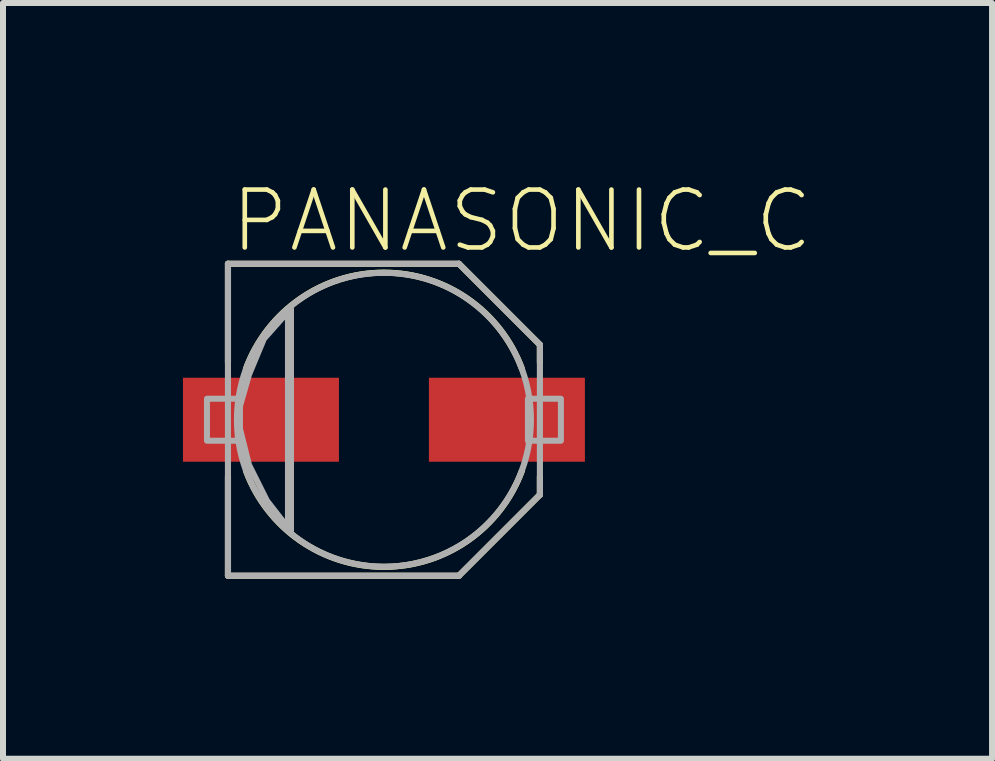
<source format=kicad_pcb>
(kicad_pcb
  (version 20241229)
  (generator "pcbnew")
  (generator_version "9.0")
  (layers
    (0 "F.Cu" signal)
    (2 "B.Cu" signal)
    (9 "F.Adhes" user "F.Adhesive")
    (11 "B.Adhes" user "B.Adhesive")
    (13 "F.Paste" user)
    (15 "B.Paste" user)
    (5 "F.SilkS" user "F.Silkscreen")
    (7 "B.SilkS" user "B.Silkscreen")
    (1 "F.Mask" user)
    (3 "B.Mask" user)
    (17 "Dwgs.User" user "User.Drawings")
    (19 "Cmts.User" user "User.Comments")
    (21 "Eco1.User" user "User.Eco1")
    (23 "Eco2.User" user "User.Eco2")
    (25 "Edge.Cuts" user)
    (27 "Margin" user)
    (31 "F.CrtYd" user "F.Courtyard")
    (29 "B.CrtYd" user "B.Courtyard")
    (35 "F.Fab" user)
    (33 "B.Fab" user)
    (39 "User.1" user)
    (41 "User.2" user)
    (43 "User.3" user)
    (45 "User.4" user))
  (footprint "PANASONIC_C"
    (layer "F.Cu")
    (at 3.35 3.947)
    (property "Reference" "PANASONIC_C" (at -2.6 -2.75 0) (layer "F.SilkS") (effects (font (size 0.965 0.965) (thickness 0.077)) (justify left bottom)))
    (attr through_hole)
    (fp_line (start -2.6 -2.6) (end 1.25 -2.6) (stroke (width 0.102) (type solid)) (layer "F.SilkS"))
    (fp_line (start -2.6 -0.95) (end -2.6 -2.6) (stroke (width 0.102) (type solid)) (layer "F.SilkS"))
    (fp_line (start -2.6 2.6) (end -2.6 0.95) (stroke (width 0.102) (type solid)) (layer "F.SilkS"))
    (fp_line (start 1.25 -2.6) (end 2.6 -1.25) (stroke (width 0.102) (type solid)) (layer "F.SilkS"))
    (fp_line (start 1.25 2.6) (end -2.6 2.6) (stroke (width 0.102) (type solid)) (layer "F.SilkS"))
    (fp_line (start 2.6 -1.25) (end 2.6 -0.95) (stroke (width 0.102) (type solid)) (layer "F.SilkS"))
    (fp_line (start 2.6 0.95) (end 2.6 1.25) (stroke (width 0.102) (type solid)) (layer "F.SilkS"))
    (fp_line (start 2.6 1.25) (end 1.25 2.6) (stroke (width 0.102) (type solid)) (layer "F.SilkS"))
    (fp_arc (start -2.3 -0.85) (mid 0 -2.45204) (end 2.3 -0.85) (stroke (width 0.1016) (type solid)) (layer "F.SilkS"))
    (fp_arc (start 2.3 0.85) (mid 0 2.45204) (end -2.3 0.85) (stroke (width 0.1016) (type solid)) (layer "F.SilkS"))
    (fp_line (start -2.6 -2.6) (end 1.25 -2.6) (stroke (width 0.102) (type solid)) (layer "F.Fab"))
    (fp_line (start -2.6 2.6) (end -2.6 -2.6) (stroke (width 0.102) (type solid)) (layer "F.Fab"))
    (fp_line (start -1.55 -1.85) (end -1.55 1.85) (stroke (width 0.102) (type solid)) (layer "F.Fab"))
    (fp_line (start 1.25 -2.6) (end 2.6 -1.25) (stroke (width 0.102) (type solid)) (layer "F.Fab"))
    (fp_line (start 1.25 2.6) (end -2.6 2.6) (stroke (width 0.102) (type solid)) (layer "F.Fab"))
    (fp_line (start 2.6 -1.25) (end 2.6 1.25) (stroke (width 0.102) (type solid)) (layer "F.Fab"))
    (fp_line (start 2.6 1.25) (end 1.25 2.6) (stroke (width 0.102) (type solid)) (layer "F.Fab"))
    (fp_circle (center 0 0) (end 2.45 0) (stroke (width 0.102) (type solid)) (fill no) (layer "F.Fab"))
    (fp_poly (pts (xy -2.95 0.35) (xy -2.4 0.35) (xy -2.4 -0.35) (xy -2.95 -0.35)) (stroke (width 0.1) (type solid)) (fill no) (layer "F.Fab"))
    (fp_poly (pts (xy 2.4 0.35) (xy 2.95 0.35) (xy 2.95 -0.35) (xy 2.4 -0.35)) (stroke (width 0.1) (type solid)) (fill no) (layer "F.Fab"))
    (fp_poly (pts (xy -1.6 -1.8) (xy -2 -1.35) (xy -2.25 -0.75) (xy -2.45 -0.05) (xy -2.25 0.75) (xy -1.95 1.35) (xy -1.6 1.8)) (stroke (width 0.1) (type solid)) (fill no) (layer "F.Fab"))
    (pad "+" smd rect (at 2.05 0) (size 2.6 1.4) (layers "F.Cu" "F.Mask" "F.Paste"))
    (pad "-" smd rect (at -2.05 0) (size 2.6 1.4) (layers "F.Cu" "F.Mask" "F.Paste")))
  (gr_rect
    (start -3 -3)
    (end 13.487 9.598)
    (stroke (width 0.1) (type default))
    (fill no)
    (layer "Edge.Cuts")))
</source>
